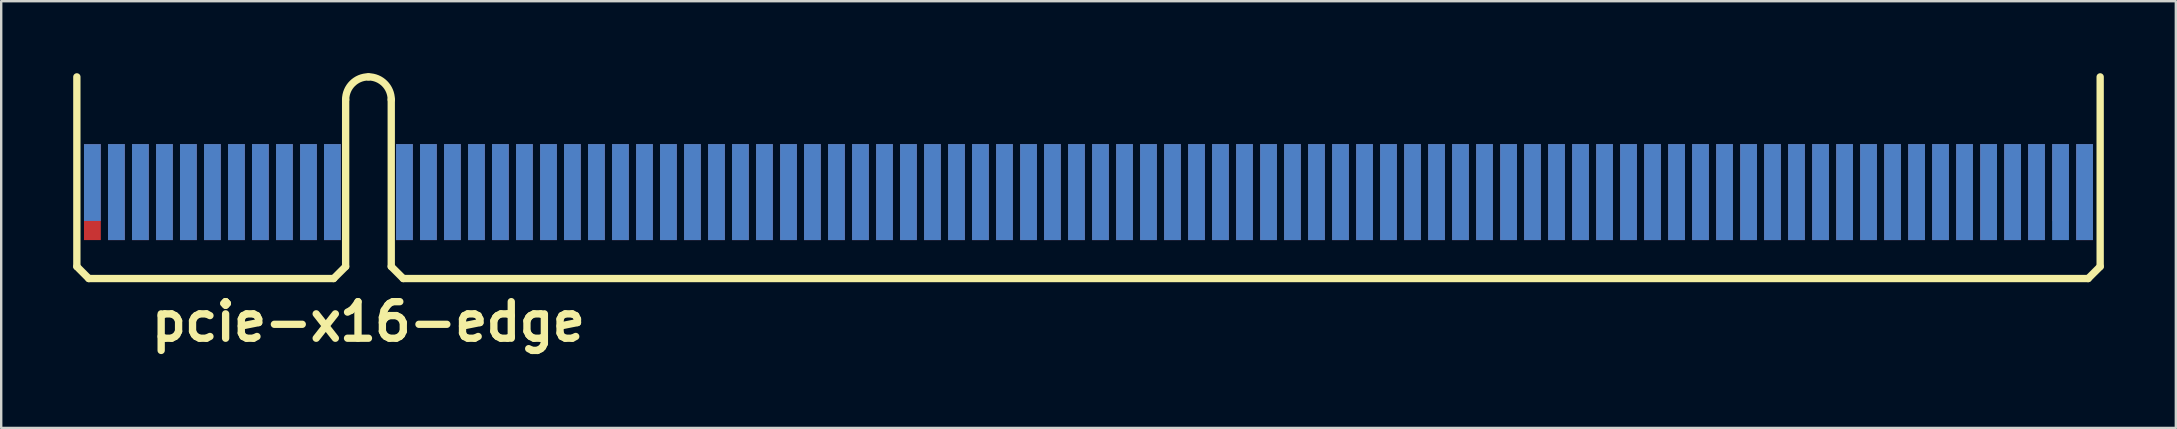
<source format=kicad_pcb>
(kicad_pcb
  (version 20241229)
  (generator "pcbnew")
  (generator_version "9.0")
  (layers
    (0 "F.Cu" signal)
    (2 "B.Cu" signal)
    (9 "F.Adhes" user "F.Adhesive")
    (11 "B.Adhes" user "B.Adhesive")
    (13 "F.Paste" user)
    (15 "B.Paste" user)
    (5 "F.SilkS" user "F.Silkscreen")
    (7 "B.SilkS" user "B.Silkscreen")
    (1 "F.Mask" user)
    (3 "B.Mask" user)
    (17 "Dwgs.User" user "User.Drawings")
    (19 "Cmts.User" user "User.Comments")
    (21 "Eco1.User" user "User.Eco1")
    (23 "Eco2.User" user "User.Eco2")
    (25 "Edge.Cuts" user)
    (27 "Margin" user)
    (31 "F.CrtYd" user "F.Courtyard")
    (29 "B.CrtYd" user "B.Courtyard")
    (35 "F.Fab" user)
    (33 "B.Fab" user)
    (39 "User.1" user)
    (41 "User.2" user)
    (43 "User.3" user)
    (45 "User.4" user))
  (footprint "pcie-x16-edge"
    (layer "F.Cu")
    (at 12.301 4.354)
    (property "Reference" "pcie-x16-edge" (at 0 5.999 0) (layer "F.SilkS") (effects (font (size 1.524 1.524) (thickness 0.305))))
    (attr through_hole)
    (fp_line (start -12.149 3.701) (end -12.149 -4.201) (stroke (width 0.305) (type solid)) (layer "F.SilkS"))
    (fp_line (start -11.651 4.201) (end -12.149 3.701) (stroke (width 0.305) (type solid)) (layer "F.SilkS"))
    (fp_line (start -1.45 4.201) (end -11.651 4.201) (stroke (width 0.305) (type solid)) (layer "F.SilkS"))
    (fp_line (start -0.95 -3.251) (end -0.95 3.701) (stroke (width 0.305) (type solid)) (layer "F.SilkS"))
    (fp_line (start -0.95 3.701) (end -1.45 4.201) (stroke (width 0.305) (type solid)) (layer "F.SilkS"))
    (fp_line (start 0.95 3.701) (end 0.95 -3.251) (stroke (width 0.305) (type solid)) (layer "F.SilkS"))
    (fp_line (start 0.95 3.701) (end 1.45 4.201) (stroke (width 0.305) (type solid)) (layer "F.SilkS"))
    (fp_line (start 71.651 4.201) (end 1.45 4.201) (stroke (width 0.305) (type solid)) (layer "F.SilkS"))
    (fp_line (start 71.651 4.201) (end 72.151 3.701) (stroke (width 0.305) (type solid)) (layer "F.SilkS"))
    (fp_line (start 72.151 3.701) (end 72.151 -4.201) (stroke (width 0.305) (type solid)) (layer "F.SilkS"))
    (fp_arc (start -0.94996 -3.2512) (mid -0.671723 -3.922923) (end 0 -4.20116) (stroke (width 0.3048) (type solid)) (layer "F.SilkS"))
    (fp_arc (start 0 -4.20116) (mid 0.671723 -3.922923) (end 0.94996 -3.2512) (stroke (width 0.3048) (type solid)) (layer "F.SilkS"))
    (pad "A1" smd rect (at -11.501 0.201) (size 0.701 3.2) (layers "F.Mask" "B.Cu" "F.Paste"))
    (pad "A2" smd rect (at -10.5 0.599) (size 0.701 4) (layers "F.Mask" "B.Cu" "F.Paste"))
    (pad "A3" smd rect (at -9.5 0.599) (size 0.701 4) (layers "F.Mask" "B.Cu" "F.Paste"))
    (pad "A4" smd rect (at -8.499 0.599) (size 0.701 4) (layers "F.Mask" "B.Cu" "F.Paste"))
    (pad "A5" smd rect (at -7.501 0.599) (size 0.701 4) (layers "F.Mask" "B.Cu" "F.Paste"))
    (pad "A6" smd rect (at -6.5 0.599) (size 0.701 4) (layers "F.Mask" "B.Cu" "F.Paste"))
    (pad "A7" smd rect (at -5.499 0.599) (size 0.701 4) (layers "F.Mask" "B.Cu" "F.Paste"))
    (pad "A8" smd rect (at -4.501 0.599) (size 0.701 4) (layers "F.Mask" "B.Cu" "F.Paste"))
    (pad "A9" smd rect (at -3.5 0.599) (size 0.701 4) (layers "F.Mask" "B.Cu" "F.Paste"))
    (pad "A10" smd rect (at -2.499 0.599) (size 0.701 4) (layers "F.Mask" "B.Cu" "F.Paste"))
    (pad "A11" smd rect (at -1.501 0.599) (size 0.701 4) (layers "F.Mask" "B.Cu" "F.Paste"))
    (pad "A12" smd rect (at 1.501 0.599) (size 0.701 4) (layers "F.Mask" "B.Cu" "F.Paste"))
    (pad "A13" smd rect (at 2.499 0.599) (size 0.701 4) (layers "F.Mask" "B.Cu" "F.Paste"))
    (pad "A14" smd rect (at 3.5 0.599) (size 0.701 4) (layers "F.Mask" "B.Cu" "F.Paste"))
    (pad "A15" smd rect (at 4.501 0.599) (size 0.701 4) (layers "F.Mask" "B.Cu" "F.Paste"))
    (pad "A16" smd rect (at 5.499 0.599) (size 0.701 4) (layers "F.Mask" "B.Cu" "F.Paste"))
    (pad "A17" smd rect (at 6.5 0.599) (size 0.701 4) (layers "F.Mask" "B.Cu" "F.Paste"))
    (pad "A18" smd rect (at 7.501 0.599) (size 0.701 4) (layers "F.Mask" "B.Cu" "F.Paste"))
    (pad "A19" smd rect (at 8.499 0.599) (size 0.701 4) (layers "F.Mask" "B.Cu" "F.Paste"))
    (pad "A20" smd rect (at 9.5 0.599) (size 0.701 4) (layers "F.Mask" "B.Cu" "F.Paste"))
    (pad "A21" smd rect (at 10.5 0.599) (size 0.701 4) (layers "F.Mask" "B.Cu" "F.Paste"))
    (pad "A22" smd rect (at 11.501 0.599) (size 0.701 4) (layers "F.Mask" "B.Cu" "F.Paste"))
    (pad "A23" smd rect (at 12.499 0.599) (size 0.701 4) (layers "F.Mask" "B.Cu" "F.Paste"))
    (pad "A24" smd rect (at 13.5 0.599) (size 0.701 4) (layers "F.Mask" "B.Cu" "F.Paste"))
    (pad "A25" smd rect (at 14.501 0.599) (size 0.701 4) (layers "F.Mask" "B.Cu" "F.Paste"))
    (pad "A26" smd rect (at 15.499 0.599) (size 0.701 4) (layers "F.Mask" "B.Cu" "F.Paste"))
    (pad "A27" smd rect (at 16.5 0.599) (size 0.701 4) (layers "F.Mask" "B.Cu" "F.Paste"))
    (pad "A28" smd rect (at 17.501 0.599) (size 0.701 4) (layers "F.Mask" "B.Cu" "F.Paste"))
    (pad "A29" smd rect (at 18.499 0.599) (size 0.701 4) (layers "F.Mask" "B.Cu" "F.Paste"))
    (pad "A30" smd rect (at 19.5 0.599) (size 0.701 4) (layers "F.Mask" "B.Cu" "F.Paste"))
    (pad "A31" smd rect (at 20.5 0.599) (size 0.701 4) (layers "F.Mask" "B.Cu" "F.Paste"))
    (pad "A32" smd rect (at 21.501 0.599) (size 0.701 4) (layers "F.Mask" "B.Cu" "F.Paste"))
    (pad "A33" smd rect (at 22.499 0.599) (size 0.701 4) (layers "F.Mask" "B.Cu" "F.Paste"))
    (pad "A34" smd rect (at 23.5 0.599) (size 0.701 4) (layers "F.Mask" "B.Cu" "F.Paste"))
    (pad "A35" smd rect (at 24.501 0.599) (size 0.701 4) (layers "F.Mask" "B.Cu" "F.Paste"))
    (pad "A36" smd rect (at 25.499 0.599) (size 0.701 4) (layers "F.Mask" "B.Cu" "F.Paste"))
    (pad "A37" smd rect (at 26.5 0.599) (size 0.701 4) (layers "F.Mask" "B.Cu" "F.Paste"))
    (pad "A38" smd rect (at 27.501 0.599) (size 0.701 4) (layers "F.Mask" "B.Cu" "F.Paste"))
    (pad "A39" smd rect (at 28.499 0.599) (size 0.701 4) (layers "F.Mask" "B.Cu" "F.Paste"))
    (pad "A40" smd rect (at 29.5 0.599) (size 0.701 4) (layers "F.Mask" "B.Cu" "F.Paste"))
    (pad "A41" smd rect (at 30.5 0.599) (size 0.701 4) (layers "F.Mask" "B.Cu" "F.Paste"))
    (pad "A42" smd rect (at 31.501 0.599) (size 0.701 4) (layers "F.Mask" "B.Cu" "F.Paste"))
    (pad "A43" smd rect (at 32.499 0.599) (size 0.701 4) (layers "F.Mask" "B.Cu" "F.Paste"))
    (pad "A44" smd rect (at 33.5 0.599) (size 0.701 4) (layers "F.Mask" "B.Cu" "F.Paste"))
    (pad "A45" smd rect (at 34.501 0.599) (size 0.701 4) (layers "F.Mask" "B.Cu" "F.Paste"))
    (pad "A46" smd rect (at 35.499 0.599) (size 0.701 4) (layers "F.Mask" "B.Cu" "F.Paste"))
    (pad "A47" smd rect (at 36.5 0.599) (size 0.701 4) (layers "F.Mask" "B.Cu" "F.Paste"))
    (pad "A48" smd rect (at 37.501 0.599) (size 0.701 4) (layers "F.Mask" "B.Cu" "F.Paste"))
    (pad "A49" smd rect (at 38.499 0.599) (size 0.701 4) (layers "F.Mask" "B.Cu" "F.Paste"))
    (pad "A50" smd rect (at 39.5 0.599) (size 0.701 4) (layers "F.Mask" "B.Cu" "F.Paste"))
    (pad "A51" smd rect (at 40.5 0.599) (size 0.701 4) (layers "F.Mask" "B.Cu" "F.Paste"))
    (pad "A52" smd rect (at 41.501 0.599) (size 0.701 4) (layers "F.Mask" "B.Cu" "F.Paste"))
    (pad "A53" smd rect (at 42.499 0.599) (size 0.701 4) (layers "F.Mask" "B.Cu" "F.Paste"))
    (pad "A54" smd rect (at 43.5 0.599) (size 0.701 4) (layers "F.Mask" "B.Cu" "F.Paste"))
    (pad "A55" smd rect (at 44.501 0.599) (size 0.701 4) (layers "F.Mask" "B.Cu" "F.Paste"))
    (pad "A56" smd rect (at 45.499 0.599) (size 0.701 4) (layers "F.Mask" "B.Cu" "F.Paste"))
    (pad "A57" smd rect (at 46.5 0.599) (size 0.701 4) (layers "F.Mask" "B.Cu" "F.Paste"))
    (pad "A58" smd rect (at 47.501 0.599) (size 0.701 4) (layers "F.Mask" "B.Cu" "F.Paste"))
    (pad "A59" smd rect (at 48.499 0.599) (size 0.701 4) (layers "F.Mask" "B.Cu" "F.Paste"))
    (pad "A60" smd rect (at 49.5 0.599) (size 0.701 4) (layers "F.Mask" "B.Cu" "F.Paste"))
    (pad "A61" smd rect (at 50.5 0.599) (size 0.701 4) (layers "F.Mask" "B.Cu" "F.Paste"))
    (pad "A62" smd rect (at 51.501 0.599) (size 0.701 4) (layers "F.Mask" "B.Cu" "F.Paste"))
    (pad "A63" smd rect (at 52.499 0.599) (size 0.701 4) (layers "F.Mask" "B.Cu" "F.Paste"))
    (pad "A64" smd rect (at 53.5 0.599) (size 0.701 4) (layers "F.Mask" "B.Cu" "F.Paste"))
    (pad "A65" smd rect (at 54.501 0.599) (size 0.701 4) (layers "F.Mask" "B.Cu" "F.Paste"))
    (pad "A66" smd rect (at 55.499 0.599) (size 0.701 4) (layers "F.Mask" "B.Cu" "F.Paste"))
    (pad "A67" smd rect (at 56.5 0.599) (size 0.701 4) (layers "F.Mask" "B.Cu" "F.Paste"))
    (pad "A68" smd rect (at 57.501 0.599) (size 0.701 4) (layers "F.Mask" "B.Cu" "F.Paste"))
    (pad "A69" smd rect (at 58.499 0.599) (size 0.701 4) (layers "F.Mask" "B.Cu" "F.Paste"))
    (pad "A70" smd rect (at 59.499 0.599) (size 0.701 4) (layers "F.Mask" "B.Cu" "F.Paste"))
    (pad "A71" smd rect (at 60.5 0.599) (size 0.701 4) (layers "F.Mask" "B.Cu" "F.Paste"))
    (pad "A72" smd rect (at 61.501 0.599) (size 0.701 4) (layers "F.Mask" "B.Cu" "F.Paste"))
    (pad "A73" smd rect (at 62.499 0.599) (size 0.701 4) (layers "F.Mask" "B.Cu" "F.Paste"))
    (pad "A74" smd rect (at 63.5 0.599) (size 0.701 4) (layers "F.Mask" "B.Cu" "F.Paste"))
    (pad "A75" smd rect (at 64.501 0.599) (size 0.701 4) (layers "F.Mask" "B.Cu" "F.Paste"))
    (pad "A76" smd rect (at 65.499 0.599) (size 0.701 4) (layers "F.Mask" "B.Cu" "F.Paste"))
    (pad "A77" smd rect (at 66.5 0.599) (size 0.701 4) (layers "F.Mask" "B.Cu" "F.Paste"))
    (pad "A78" smd rect (at 67.501 0.599) (size 0.701 4) (layers "F.Mask" "B.Cu" "F.Paste"))
    (pad "A79" smd rect (at 68.501 0.599) (size 0.701 4) (layers "F.Mask" "B.Cu" "F.Paste"))
    (pad "A80" smd rect (at 69.499 0.599) (size 0.701 4) (layers "F.Mask" "B.Cu" "F.Paste"))
    (pad "A81" smd rect (at 70.5 0.599) (size 0.701 4) (layers "F.Mask" "B.Cu" "F.Paste"))
    (pad "A82" smd rect (at 71.501 0.599) (size 0.701 4) (layers "F.Mask" "B.Cu" "F.Paste"))
    (pad "B1" smd rect (at -11.501 0.599) (size 0.701 4) (layers "F.Cu" "F.Mask" "F.Paste"))
    (pad "B2" smd rect (at -10.5 0.599) (size 0.701 4) (layers "F.Cu" "F.Mask" "F.Paste"))
    (pad "B3" smd rect (at -9.5 0.599) (size 0.701 4) (layers "F.Cu" "F.Mask" "F.Paste"))
    (pad "B4" smd rect (at -8.499 0.599) (size 0.701 4) (layers "F.Cu" "F.Mask" "F.Paste"))
    (pad "B5" smd rect (at -7.501 0.599) (size 0.701 4) (layers "F.Cu" "F.Mask" "F.Paste"))
    (pad "B6" smd rect (at -6.5 0.599) (size 0.701 4) (layers "F.Cu" "F.Mask" "F.Paste"))
    (pad "B7" smd rect (at -5.499 0.599) (size 0.701 4) (layers "F.Cu" "F.Mask" "F.Paste"))
    (pad "B8" smd rect (at -4.501 0.599) (size 0.701 4) (layers "F.Cu" "F.Mask" "F.Paste"))
    (pad "B9" smd rect (at -3.5 0.599) (size 0.701 4) (layers "F.Cu" "F.Mask" "F.Paste"))
    (pad "B10" smd rect (at -2.499 0.599) (size 0.701 4) (layers "F.Cu" "F.Mask" "F.Paste"))
    (pad "B11" smd rect (at -1.501 0.599) (size 0.701 4) (layers "F.Cu" "F.Mask" "F.Paste"))
    (pad "B12" smd rect (at 1.501 0.599) (size 0.701 4) (layers "F.Cu" "F.Mask" "F.Paste"))
    (pad "B13" smd rect (at 2.499 0.599) (size 0.701 4) (layers "F.Cu" "F.Mask" "F.Paste"))
    (pad "B14" smd rect (at 3.5 0.599) (size 0.701 4) (layers "F.Cu" "F.Mask" "F.Paste"))
    (pad "B15" smd rect (at 4.501 0.599) (size 0.701 4) (layers "F.Cu" "F.Mask" "F.Paste"))
    (pad "B16" smd rect (at 5.499 0.599) (size 0.701 4) (layers "F.Cu" "F.Mask" "F.Paste"))
    (pad "B17" smd rect (at 6.5 0.599) (size 0.701 4) (layers "F.Cu" "F.Mask" "F.Paste"))
    (pad "B18" smd rect (at 7.501 0.599) (size 0.701 4) (layers "F.Cu" "F.Mask" "F.Paste"))
    (pad "B19" smd rect (at 8.499 0.599) (size 0.701 4) (layers "F.Cu" "F.Mask" "F.Paste"))
    (pad "B20" smd rect (at 9.5 0.599) (size 0.701 4) (layers "F.Cu" "F.Mask" "F.Paste"))
    (pad "B21" smd rect (at 10.5 0.599) (size 0.701 4) (layers "F.Cu" "F.Mask" "F.Paste"))
    (pad "B22" smd rect (at 11.501 0.599) (size 0.701 4) (layers "F.Cu" "F.Mask" "F.Paste"))
    (pad "B23" smd rect (at 12.499 0.599) (size 0.701 4) (layers "F.Cu" "F.Mask" "F.Paste"))
    (pad "B24" smd rect (at 13.5 0.599) (size 0.701 4) (layers "F.Cu" "F.Mask" "F.Paste"))
    (pad "B25" smd rect (at 14.501 0.599) (size 0.701 4) (layers "F.Cu" "F.Mask" "F.Paste"))
    (pad "B26" smd rect (at 15.499 0.599) (size 0.701 4) (layers "F.Cu" "F.Mask" "F.Paste"))
    (pad "B27" smd rect (at 16.5 0.599) (size 0.701 4) (layers "F.Cu" "F.Mask" "F.Paste"))
    (pad "B28" smd rect (at 17.501 0.599) (size 0.701 4) (layers "F.Cu" "F.Mask" "F.Paste"))
    (pad "B29" smd rect (at 18.499 0.599) (size 0.701 4) (layers "F.Cu" "F.Mask" "F.Paste"))
    (pad "B30" smd rect (at 19.5 0.599) (size 0.701 4) (layers "F.Cu" "F.Mask" "F.Paste"))
    (pad "B31" smd rect (at 20.5 0.599) (size 0.701 4) (layers "F.Cu" "F.Mask" "F.Paste"))
    (pad "B32" smd rect (at 21.501 0.599) (size 0.701 4) (layers "F.Cu" "F.Mask" "F.Paste"))
    (pad "B33" smd rect (at 22.499 0.599) (size 0.701 4) (layers "F.Cu" "F.Mask" "F.Paste"))
    (pad "B34" smd rect (at 23.5 0.599) (size 0.701 4) (layers "F.Cu" "F.Mask" "F.Paste"))
    (pad "B35" smd rect (at 24.501 0.599) (size 0.701 4) (layers "F.Cu" "F.Mask" "F.Paste"))
    (pad "B36" smd rect (at 25.499 0.599) (size 0.701 4) (layers "F.Cu" "F.Mask" "F.Paste"))
    (pad "B37" smd rect (at 26.5 0.599) (size 0.701 4) (layers "F.Cu" "F.Mask" "F.Paste"))
    (pad "B38" smd rect (at 27.501 0.599) (size 0.701 4) (layers "F.Cu" "F.Mask" "F.Paste"))
    (pad "B39" smd rect (at 28.499 0.599) (size 0.701 4) (layers "F.Cu" "F.Mask" "F.Paste"))
    (pad "B40" smd rect (at 29.5 0.599) (size 0.701 4) (layers "F.Cu" "F.Mask" "F.Paste"))
    (pad "B41" smd rect (at 30.5 0.599) (size 0.701 4) (layers "F.Cu" "F.Mask" "F.Paste"))
    (pad "B42" smd rect (at 31.501 0.599) (size 0.701 4) (layers "F.Cu" "F.Mask" "F.Paste"))
    (pad "B43" smd rect (at 32.499 0.599) (size 0.701 4) (layers "F.Cu" "F.Mask" "F.Paste"))
    (pad "B44" smd rect (at 33.5 0.599) (size 0.701 4) (layers "F.Cu" "F.Mask" "F.Paste"))
    (pad "B45" smd rect (at 34.501 0.599) (size 0.701 4) (layers "F.Cu" "F.Mask" "F.Paste"))
    (pad "B46" smd rect (at 35.499 0.599) (size 0.701 4) (layers "F.Cu" "F.Mask" "F.Paste"))
    (pad "B47" smd rect (at 36.5 0.599) (size 0.701 4) (layers "F.Cu" "F.Mask" "F.Paste"))
    (pad "B48" smd rect (at 37.501 0.599) (size 0.701 4) (layers "F.Cu" "F.Mask" "F.Paste"))
    (pad "B49" smd rect (at 38.499 0.599) (size 0.701 4) (layers "F.Cu" "F.Mask" "F.Paste"))
    (pad "B50" smd rect (at 39.5 0.599) (size 0.701 4) (layers "F.Cu" "F.Mask" "F.Paste"))
    (pad "B51" smd rect (at 40.5 0.599) (size 0.701 4) (layers "F.Cu" "F.Mask" "F.Paste"))
    (pad "B52" smd rect (at 41.501 0.599) (size 0.701 4) (layers "F.Cu" "F.Mask" "F.Paste"))
    (pad "B53" smd rect (at 42.499 0.599) (size 0.701 4) (layers "F.Cu" "F.Mask" "F.Paste"))
    (pad "B54" smd rect (at 43.5 0.599) (size 0.701 4) (layers "F.Cu" "F.Mask" "F.Paste"))
    (pad "B55" smd rect (at 44.501 0.599) (size 0.701 4) (layers "F.Cu" "F.Mask" "F.Paste"))
    (pad "B56" smd rect (at 45.499 0.599) (size 0.701 4) (layers "F.Cu" "F.Mask" "F.Paste"))
    (pad "B57" smd rect (at 46.5 0.599) (size 0.701 4) (layers "F.Cu" "F.Mask" "F.Paste"))
    (pad "B58" smd rect (at 47.501 0.599) (size 0.701 4) (layers "F.Cu" "F.Mask" "F.Paste"))
    (pad "B59" smd rect (at 48.499 0.599) (size 0.701 4) (layers "F.Cu" "F.Mask" "F.Paste"))
    (pad "B60" smd rect (at 49.5 0.599) (size 0.701 4) (layers "F.Cu" "F.Mask" "F.Paste"))
    (pad "B61" smd rect (at 50.5 0.599) (size 0.701 4) (layers "F.Cu" "F.Mask" "F.Paste"))
    (pad "B62" smd rect (at 51.501 0.599) (size 0.701 4) (layers "F.Cu" "F.Mask" "F.Paste"))
    (pad "B63" smd rect (at 52.499 0.599) (size 0.701 4) (layers "F.Cu" "F.Mask" "F.Paste"))
    (pad "B64" smd rect (at 53.5 0.599) (size 0.701 4) (layers "F.Cu" "F.Mask" "F.Paste"))
    (pad "B65" smd rect (at 54.501 0.599) (size 0.701 4) (layers "F.Cu" "F.Mask" "F.Paste"))
    (pad "B66" smd rect (at 55.499 0.599) (size 0.701 4) (layers "F.Cu" "F.Mask" "F.Paste"))
    (pad "B67" smd rect (at 56.5 0.599) (size 0.701 4) (layers "F.Cu" "F.Mask" "F.Paste"))
    (pad "B68" smd rect (at 57.501 0.599) (size 0.701 4) (layers "F.Cu" "F.Mask" "F.Paste"))
    (pad "B69" smd rect (at 58.499 0.599) (size 0.701 4) (layers "F.Cu" "F.Mask" "F.Paste"))
    (pad "B70" smd rect (at 59.499 0.599) (size 0.701 4) (layers "F.Cu" "F.Mask" "F.Paste"))
    (pad "B71" smd rect (at 60.5 0.599) (size 0.701 4) (layers "F.Cu" "F.Mask" "F.Paste"))
    (pad "B72" smd rect (at 61.501 0.599) (size 0.701 4) (layers "F.Cu" "F.Mask" "F.Paste"))
    (pad "B73" smd rect (at 62.499 0.599) (size 0.701 4) (layers "F.Cu" "F.Mask" "F.Paste"))
    (pad "B74" smd rect (at 63.5 0.599) (size 0.701 4) (layers "F.Cu" "F.Mask" "F.Paste"))
    (pad "B75" smd rect (at 64.501 0.599) (size 0.701 4) (layers "F.Cu" "F.Mask" "F.Paste"))
    (pad "B76" smd rect (at 65.499 0.599) (size 0.701 4) (layers "F.Cu" "F.Mask" "F.Paste"))
    (pad "B77" smd rect (at 66.5 0.599) (size 0.701 4) (layers "F.Cu" "F.Mask" "F.Paste"))
    (pad "B78" smd rect (at 67.501 0.599) (size 0.701 4) (layers "F.Cu" "F.Mask" "F.Paste"))
    (pad "B79" smd rect (at 68.501 0.599) (size 0.701 4) (layers "F.Cu" "F.Mask" "F.Paste"))
    (pad "B80" smd rect (at 69.499 0.599) (size 0.701 4) (layers "F.Cu" "F.Mask" "F.Paste"))
    (pad "B81" smd rect (at 70.5 0.201) (size 0.701 3.2) (layers "F.Cu" "F.Mask" "F.Paste"))
    (pad "B82" smd rect (at 71.501 0.599) (size 0.701 4) (layers "F.Cu" "F.Mask" "F.Paste")))
  (gr_rect
    (start -3 -3)
    (end 87.605 14.78)
    (stroke (width 0.1) (type default))
    (fill no)
    (layer "Edge.Cuts")))
</source>
